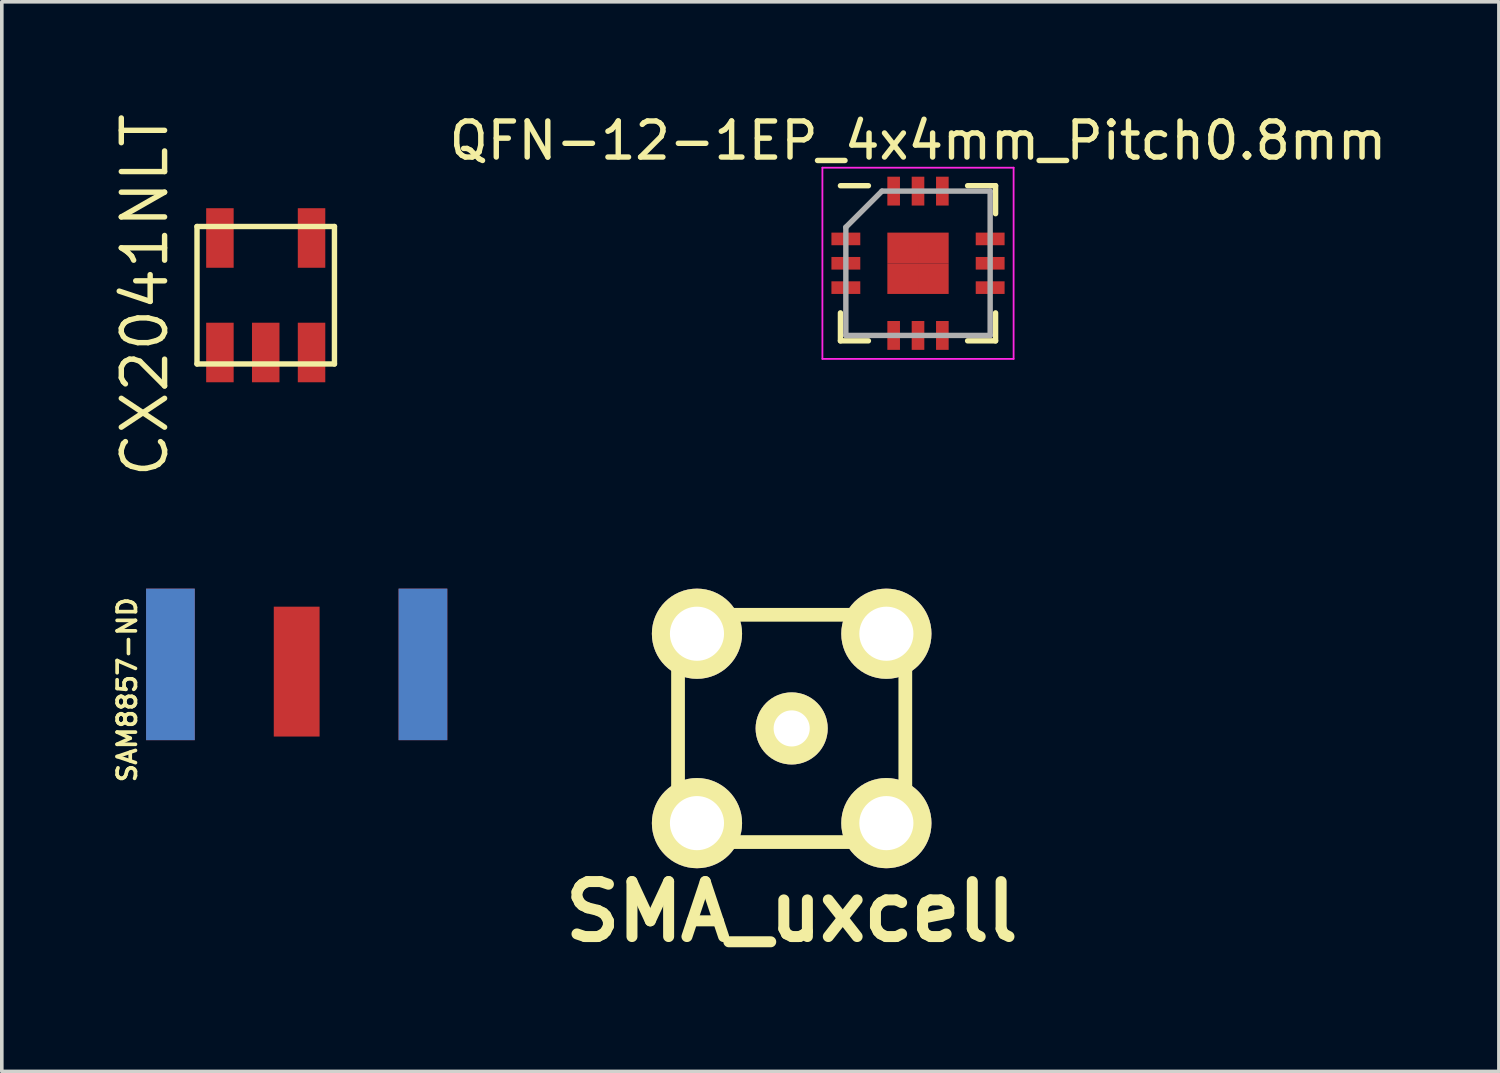
<source format=kicad_pcb>
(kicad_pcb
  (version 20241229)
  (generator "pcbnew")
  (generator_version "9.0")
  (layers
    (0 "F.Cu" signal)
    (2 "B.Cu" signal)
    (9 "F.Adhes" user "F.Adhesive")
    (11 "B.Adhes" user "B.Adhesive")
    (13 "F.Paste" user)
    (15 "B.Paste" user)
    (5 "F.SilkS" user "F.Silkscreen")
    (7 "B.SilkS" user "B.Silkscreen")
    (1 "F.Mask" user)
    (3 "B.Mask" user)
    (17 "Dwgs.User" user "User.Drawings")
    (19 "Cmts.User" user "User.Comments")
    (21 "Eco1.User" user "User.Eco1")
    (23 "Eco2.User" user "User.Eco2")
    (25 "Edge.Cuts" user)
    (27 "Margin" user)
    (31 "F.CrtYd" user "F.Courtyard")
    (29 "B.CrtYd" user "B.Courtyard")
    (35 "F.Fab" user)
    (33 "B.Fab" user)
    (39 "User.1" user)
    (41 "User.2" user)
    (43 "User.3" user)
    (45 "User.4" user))
  (footprint "SMA_uxcell"
    (layer "F.Cu")
    (at 18.895 17.142)
    (property "Reference" "SMA_uxcell" (at 0 5.08 0) (layer "F.SilkS") (effects (font (size 1.524 1.524) (thickness 0.305))))
    (attr through_hole)
    (fp_line (start -3.15 -3.15) (end 3.15 -3.15) (stroke (width 0.381) (type solid)) (layer "F.SilkS"))
    (fp_line (start -3.15 3.15) (end -3.15 -3.15) (stroke (width 0.381) (type solid)) (layer "F.SilkS"))
    (fp_line (start 3.15 -3.15) (end 3.15 3.15) (stroke (width 0.381) (type solid)) (layer "F.SilkS"))
    (fp_line (start 3.15 3.15) (end -3.15 3.15) (stroke (width 0.381) (type solid)) (layer "F.SilkS"))
    (pad "1" thru_hole circle (at 0 0) (size 1.999 1.999) (drill 1.001) (layers "*.Cu" "*.Mask" "F.SilkS"))
    (pad "2" thru_hole circle (at -2.625 -2.625) (size 2.5 2.5) (drill 1.5) (layers "*.Cu" "*.Mask" "F.SilkS"))
    (pad "2" thru_hole circle (at -2.625 2.625) (size 2.5 2.5) (drill 1.5) (layers "*.Cu" "*.Mask" "F.SilkS"))
    (pad "2" thru_hole circle (at 2.625 -2.625) (size 2.5 2.5) (drill 1.5) (layers "*.Cu" "*.Mask" "F.SilkS"))
    (pad "2" thru_hole circle (at 2.625 2.625) (size 2.5 2.5) (drill 1.5) (layers "*.Cu" "*.Mask" "F.SilkS")))
  (footprint "SAM8857-ND"
    (layer "F.Cu")
    (at 5.174 17.467)
    (property "Reference" "SAM8857-ND" (at -4.699 -1.397 90) (layer "F.SilkS") (effects (font (size 0.508 0.508) (thickness 0.102))))
    (attr through_hole)
    (pad "1" connect rect (at 0 -1.9) (size 1.27 3.6) (layers "F.Cu" "F.Mask"))
    (pad "2" connect rect (at -3.5 -2.1) (size 1.35 4.2) (layers "*.Mask" "F.Cu"))
    (pad "2" connect rect (at -3.5 -2.1) (size 1.35 4.2) (layers "*.Mask" "B.Cu"))
    (pad "2" connect rect (at 3.5 -2.1) (size 1.35 4.2) (layers "*.Mask" "F.Cu"))
    (pad "2" connect rect (at 3.5 -2.1) (size 1.35 4.2) (layers "*.Mask" "B.Cu")))
  (footprint "QFN-12-1EP_4x4mm_Pitch0.8mm"
    (layer "F.Cu")
    (at 22.397 4.248)
    (property "Reference" "QFN-12-1EP_4x4mm_Pitch0.8mm" (at 0 -3.4 0) (layer "F.SilkS") (effects (font (size 1 1) (thickness 0.15))))
    (attr smd)
    (fp_line (start -2.15 -2.15) (end -1.375 -2.15) (stroke (width 0.15) (type solid)) (layer "F.SilkS"))
    (fp_line (start -2.15 2.15) (end -2.15 1.375) (stroke (width 0.15) (type solid)) (layer "F.SilkS"))
    (fp_line (start -2.15 2.15) (end -1.375 2.15) (stroke (width 0.15) (type solid)) (layer "F.SilkS"))
    (fp_line (start 2.15 -2.15) (end 1.375 -2.15) (stroke (width 0.15) (type solid)) (layer "F.SilkS"))
    (fp_line (start 2.15 -2.15) (end 2.15 -1.375) (stroke (width 0.15) (type solid)) (layer "F.SilkS"))
    (fp_line (start 2.15 2.15) (end 1.375 2.15) (stroke (width 0.15) (type solid)) (layer "F.SilkS"))
    (fp_line (start 2.15 2.15) (end 2.15 1.375) (stroke (width 0.15) (type solid)) (layer "F.SilkS"))
    (fp_line (start -2.65 -2.65) (end -2.65 2.65) (stroke (width 0.05) (type solid)) (layer "F.CrtYd"))
    (fp_line (start -2.65 -2.65) (end 2.65 -2.65) (stroke (width 0.05) (type solid)) (layer "F.CrtYd"))
    (fp_line (start -2.65 2.65) (end 2.65 2.65) (stroke (width 0.05) (type solid)) (layer "F.CrtYd"))
    (fp_line (start 2.65 -2.65) (end 2.65 2.65) (stroke (width 0.05) (type solid)) (layer "F.CrtYd"))
    (fp_line (start -2 -1) (end -1 -2) (stroke (width 0.15) (type solid)) (layer "F.Fab"))
    (fp_line (start -2 2) (end -2 -1) (stroke (width 0.15) (type solid)) (layer "F.Fab"))
    (fp_line (start -1 -2) (end 2 -2) (stroke (width 0.15) (type solid)) (layer "F.Fab"))
    (fp_line (start 2 -2) (end 2 2) (stroke (width 0.15) (type solid)) (layer "F.Fab"))
    (fp_line (start 2 2) (end -2 2) (stroke (width 0.15) (type solid)) (layer "F.Fab"))
    (pad "1" smd rect (at -2 -0.675) (size 0.8 0.35) (layers "F.Cu" "F.Mask" "F.Paste"))
    (pad "2" smd rect (at -2 0) (size 0.8 0.35) (layers "F.Cu" "F.Mask" "F.Paste"))
    (pad "3" smd rect (at -2 0.675) (size 0.8 0.35) (layers "F.Cu" "F.Mask" "F.Paste"))
    (pad "4" smd rect (at -0.675 2 90) (size 0.8 0.35) (layers "F.Cu" "F.Mask" "F.Paste"))
    (pad "5" smd rect (at 0 2 90) (size 0.8 0.35) (layers "F.Cu" "F.Mask" "F.Paste"))
    (pad "6" smd rect (at 0.675 2 90) (size 0.8 0.35) (layers "F.Cu" "F.Mask" "F.Paste"))
    (pad "7" smd rect (at 2 0.675) (size 0.8 0.35) (layers "F.Cu" "F.Mask" "F.Paste"))
    (pad "8" smd rect (at 2 0) (size 0.8 0.35) (layers "F.Cu" "F.Mask" "F.Paste"))
    (pad "9" smd rect (at 2 -0.675) (size 0.8 0.35) (layers "F.Cu" "F.Mask" "F.Paste"))
    (pad "10" smd rect (at 0.675 -2 90) (size 0.8 0.35) (layers "F.Cu" "F.Mask" "F.Paste"))
    (pad "11" smd rect (at 0 -2 90) (size 0.8 0.35) (layers "F.Cu" "F.Mask" "F.Paste"))
    (pad "12" smd rect (at -0.675 -2 90) (size 0.8 0.35) (layers "F.Cu" "F.Mask" "F.Paste"))
    (pad "13" smd rect (at -0.425 -0.425) (size 0.85 0.85) (layers "F.Cu" "F.Mask" "F.Paste"))
    (pad "13" smd rect (at -0.425 0.425) (size 0.85 0.85) (layers "F.Cu" "F.Mask" "F.Paste"))
    (pad "13" smd rect (at 0.425 -0.425) (size 0.85 0.85) (layers "F.Cu" "F.Mask" "F.Paste"))
    (pad "13" smd rect (at 0.425 0.425) (size 0.85 0.85) (layers "F.Cu" "F.Mask" "F.Paste")))
  (footprint "CX2041NLT"
    (layer "F.Cu")
    (at 4.316 5.134)
    (property "Reference" "CX2041NLT" (at -3.351 0 90) (layer "F.SilkS") (effects (font (size 1.2 1.2) (thickness 0.15))))
    (attr through_hole)
    (fp_line (start -1.905 -1.905) (end -1.905 1.905) (stroke (width 0.15) (type solid)) (layer "F.SilkS"))
    (fp_line (start -1.905 -1.905) (end 1.905 -1.905) (stroke (width 0.15) (type solid)) (layer "F.SilkS"))
    (fp_line (start 1.905 -1.905) (end 1.905 1.905) (stroke (width 0.15) (type solid)) (layer "F.SilkS"))
    (fp_line (start 1.905 1.905) (end -1.905 1.905) (stroke (width 0.15) (type solid)) (layer "F.SilkS"))
    (pad "1" smd rect (at -1.27 1.587) (size 0.762 1.651) (layers "F.Cu" "F.Mask" "F.Paste"))
    (pad "2" smd rect (at 0 1.587) (size 0.762 1.651) (layers "F.Cu" "F.Mask" "F.Paste"))
    (pad "3" smd rect (at 1.27 1.587) (size 0.762 1.651) (layers "F.Cu" "F.Mask" "F.Paste"))
    (pad "4" smd rect (at 1.27 -1.587) (size 0.762 1.651) (layers "F.Cu" "F.Mask" "F.Paste"))
    (pad "5" smd rect (at -1.27 -1.587) (size 0.762 1.651) (layers "F.Cu" "F.Mask" "F.Paste")))
  (gr_rect
    (start -3 -3)
    (end 38.499 26.649)
    (stroke (width 0.1) (type default))
    (fill no)
    (layer "Edge.Cuts")))
</source>
